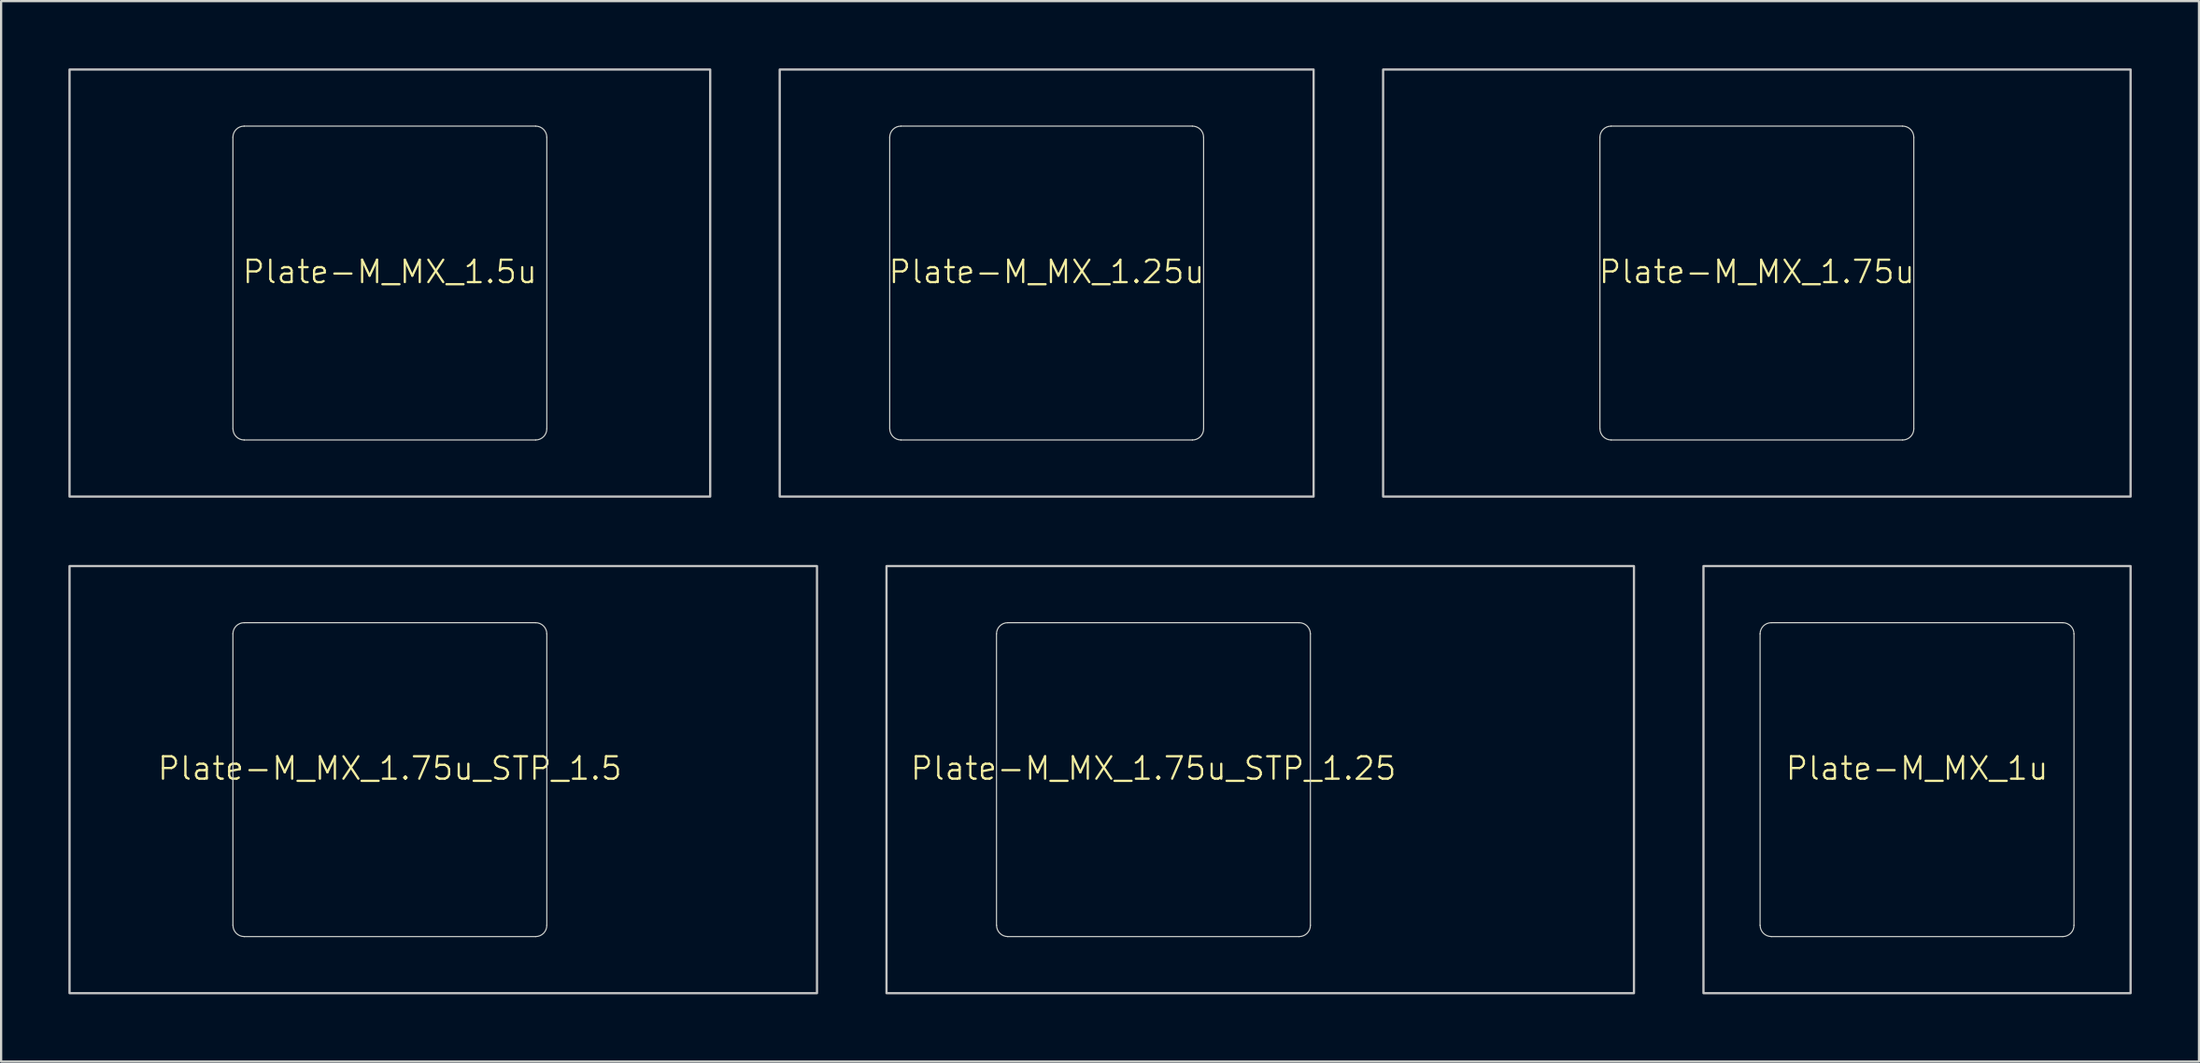
<source format=kicad_pcb>
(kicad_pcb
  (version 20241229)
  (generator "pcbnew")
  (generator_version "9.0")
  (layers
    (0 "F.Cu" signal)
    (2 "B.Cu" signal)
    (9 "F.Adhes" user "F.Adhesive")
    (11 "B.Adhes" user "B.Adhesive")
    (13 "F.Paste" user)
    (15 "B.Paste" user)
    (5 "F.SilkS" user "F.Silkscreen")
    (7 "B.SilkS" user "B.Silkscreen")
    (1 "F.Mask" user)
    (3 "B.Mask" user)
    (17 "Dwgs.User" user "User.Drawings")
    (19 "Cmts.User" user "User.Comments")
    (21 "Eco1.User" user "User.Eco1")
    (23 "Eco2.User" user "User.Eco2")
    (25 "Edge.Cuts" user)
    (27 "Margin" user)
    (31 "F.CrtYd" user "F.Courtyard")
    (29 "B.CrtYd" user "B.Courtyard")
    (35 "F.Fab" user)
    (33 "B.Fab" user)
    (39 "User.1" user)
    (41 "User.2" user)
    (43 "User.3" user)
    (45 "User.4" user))
  (footprint "Plate-M_MX_1.5u"
    (layer "F.Cu")
    (at 14.338 9.575)
    (property "Reference" "Plate-M_MX_1.5u" (at 0 -0.5 0) (unlocked yes) (layer "F.SilkS") (effects (font (size 1 1) (thickness 0.1))))
    (attr exclude_from_pos_files exclude_from_bom allow_missing_courtyard)
    (fp_line (start -7 -6.5) (end -7 6.5) (stroke (width 1.1) (type solid)) (layer "F.Mask"))
    (fp_line (start -6.5 7) (end 6.5 7) (stroke (width 1.1) (type solid)) (layer "F.Mask"))
    (fp_line (start 6.5 -7) (end -6.5 -7) (stroke (width 1.1) (type solid)) (layer "F.Mask"))
    (fp_line (start 7 6.5) (end 7 -6.5) (stroke (width 1.1) (type solid)) (layer "F.Mask"))
    (fp_arc (start -7 -6.5) (mid -6.853554 -6.853554) (end -6.5 -7) (stroke (width 1.1) (type solid)) (layer "F.Mask"))
    (fp_arc (start -6.497236 6.998884) (mid -6.85079 6.852438) (end -6.997236 6.498884) (stroke (width 1.1) (type solid)) (layer "F.Mask"))
    (fp_arc (start 6.5 -7) (mid 6.853554 -6.853554) (end 7 -6.5) (stroke (width 1.1) (type solid)) (layer "F.Mask"))
    (fp_arc (start 7 6.5) (mid 6.853554 6.853554) (end 6.5 7) (stroke (width 1.1) (type solid)) (layer "F.Mask"))
    (fp_line (start -7 6.5) (end -7 -6.5) (stroke (width 1.1) (type solid)) (layer "B.Mask"))
    (fp_line (start -6.5 -7) (end 6.5 -7) (stroke (width 1.1) (type solid)) (layer "B.Mask"))
    (fp_line (start 6.5 7) (end -6.5 7) (stroke (width 1.1) (type solid)) (layer "B.Mask"))
    (fp_line (start 7 -6.5) (end 7 6.5) (stroke (width 1.1) (type solid)) (layer "B.Mask"))
    (fp_arc (start -7 -6.5) (mid -6.853553 -6.853553) (end -6.5 -7) (stroke (width 1.1) (type solid)) (layer "B.Mask"))
    (fp_arc (start -6.5 7) (mid -6.853553 6.853553) (end -7 6.5) (stroke (width 1.1) (type solid)) (layer "B.Mask"))
    (fp_arc (start 6.5 -7) (mid 6.853554 -6.853554) (end 7 -6.5) (stroke (width 1.1) (type solid)) (layer "B.Mask"))
    (fp_arc (start 6.997236 6.498884) (mid 6.85079 6.852438) (end 6.497236 6.998884) (stroke (width 1.1) (type solid)) (layer "B.Mask"))
    (fp_rect (start -14.287 -9.525) (end 14.287 9.525) (stroke (width 0.1) (type solid)) (fill no) (layer "Dwgs.User"))
    (fp_line (start -7 -6.5) (end -7 6.5) (stroke (width 0.05) (type solid)) (layer "Edge.Cuts"))
    (fp_line (start -6.5 7) (end 6.5 7) (stroke (width 0.05) (type solid)) (layer "Edge.Cuts"))
    (fp_line (start 6.5 -7) (end -6.5 -7) (stroke (width 0.05) (type solid)) (layer "Edge.Cuts"))
    (fp_line (start 7 6.5) (end 7 -6.5) (stroke (width 0.05) (type solid)) (layer "Edge.Cuts"))
    (fp_arc (start -7 -6.5) (mid -6.853553 -6.853553) (end -6.5 -7) (stroke (width 0.05) (type solid)) (layer "Edge.Cuts"))
    (fp_arc (start -6.497236 6.998884) (mid -6.850789 6.852437) (end -6.997236 6.498884) (stroke (width 0.05) (type solid)) (layer "Edge.Cuts"))
    (fp_arc (start 6.5 -7) (mid 6.853554 -6.853554) (end 7 -6.5) (stroke (width 0.05) (type solid)) (layer "Edge.Cuts"))
    (fp_arc (start 7 6.5) (mid 6.853554 6.853554) (end 6.5 7) (stroke (width 0.05) (type solid)) (layer "Edge.Cuts")))
  (footprint "Plate-M_MX_1u"
    (layer "F.Cu")
    (at 82.45 31.725)
    (property "Reference" "Plate-M_MX_1u" (at 0 -0.5 0) (unlocked yes) (layer "F.SilkS") (effects (font (size 1 1) (thickness 0.1))))
    (attr exclude_from_pos_files exclude_from_bom allow_missing_courtyard)
    (fp_line (start -7 -6.5) (end -7 6.5) (stroke (width 1.1) (type solid)) (layer "F.Mask"))
    (fp_line (start -6.5 7) (end 6.5 7) (stroke (width 1.1) (type solid)) (layer "F.Mask"))
    (fp_line (start 6.5 -7) (end -6.5 -7) (stroke (width 1.1) (type solid)) (layer "F.Mask"))
    (fp_line (start 7 6.5) (end 7 -6.5) (stroke (width 1.1) (type solid)) (layer "F.Mask"))
    (fp_arc (start -7 -6.5) (mid -6.853554 -6.853554) (end -6.5 -7) (stroke (width 1.1) (type solid)) (layer "F.Mask"))
    (fp_arc (start -6.497236 6.998884) (mid -6.85079 6.852438) (end -6.997236 6.498884) (stroke (width 1.1) (type solid)) (layer "F.Mask"))
    (fp_arc (start 6.5 -7) (mid 6.853554 -6.853554) (end 7 -6.5) (stroke (width 1.1) (type solid)) (layer "F.Mask"))
    (fp_arc (start 7 6.5) (mid 6.853554 6.853554) (end 6.5 7) (stroke (width 1.1) (type solid)) (layer "F.Mask"))
    (fp_line (start -7 6.5) (end -7 -6.5) (stroke (width 1.1) (type solid)) (layer "B.Mask"))
    (fp_line (start -6.5 -7) (end 6.5 -7) (stroke (width 1.1) (type solid)) (layer "B.Mask"))
    (fp_line (start 6.5 7) (end -6.5 7) (stroke (width 1.1) (type solid)) (layer "B.Mask"))
    (fp_line (start 7 -6.5) (end 7 6.5) (stroke (width 1.1) (type solid)) (layer "B.Mask"))
    (fp_arc (start -7 -6.5) (mid -6.853553 -6.853553) (end -6.5 -7) (stroke (width 1.1) (type solid)) (layer "B.Mask"))
    (fp_arc (start -6.5 7) (mid -6.853553 6.853553) (end -7 6.5) (stroke (width 1.1) (type solid)) (layer "B.Mask"))
    (fp_arc (start 6.5 -7) (mid 6.853554 -6.853554) (end 7 -6.5) (stroke (width 1.1) (type solid)) (layer "B.Mask"))
    (fp_arc (start 6.997236 6.498884) (mid 6.85079 6.852438) (end 6.497236 6.998884) (stroke (width 1.1) (type solid)) (layer "B.Mask"))
    (fp_rect (start -9.525 -9.525) (end 9.525 9.525) (stroke (width 0.1) (type solid)) (fill no) (layer "Dwgs.User"))
    (fp_line (start -7 -6.5) (end -7 6.5) (stroke (width 0.05) (type solid)) (layer "Edge.Cuts"))
    (fp_line (start -6.5 7) (end 6.5 7) (stroke (width 0.05) (type solid)) (layer "Edge.Cuts"))
    (fp_line (start 6.5 -7) (end -6.5 -7) (stroke (width 0.05) (type solid)) (layer "Edge.Cuts"))
    (fp_line (start 7 6.5) (end 7 -6.5) (stroke (width 0.05) (type solid)) (layer "Edge.Cuts"))
    (fp_arc (start -7 -6.5) (mid -6.853553 -6.853553) (end -6.5 -7) (stroke (width 0.05) (type solid)) (layer "Edge.Cuts"))
    (fp_arc (start -6.497236 6.998884) (mid -6.850789 6.852437) (end -6.997236 6.498884) (stroke (width 0.05) (type solid)) (layer "Edge.Cuts"))
    (fp_arc (start 6.5 -7) (mid 6.853554 -6.853554) (end 7 -6.5) (stroke (width 0.05) (type solid)) (layer "Edge.Cuts"))
    (fp_arc (start 7 6.5) (mid 6.853554 6.853554) (end 6.5 7) (stroke (width 0.05) (type solid)) (layer "Edge.Cuts")))
  (footprint "Plate-M_MX_1.75u_STP_1.25"
    (layer "F.Cu")
    (at 48.394 31.725)
    (property "Reference" "Plate-M_MX_1.75u_STP_1.25" (at 0 -0.5 0) (unlocked yes) (layer "F.SilkS") (effects (font (size 1 1) (thickness 0.1))))
    (attr exclude_from_pos_files exclude_from_bom allow_missing_courtyard)
    (fp_line (start -7 -6.5) (end -7 6.5) (stroke (width 1.1) (type solid)) (layer "F.Mask"))
    (fp_line (start -6.5 7) (end 6.5 7) (stroke (width 1.1) (type solid)) (layer "F.Mask"))
    (fp_line (start 6.5 -7) (end -6.5 -7) (stroke (width 1.1) (type solid)) (layer "F.Mask"))
    (fp_line (start 7 6.5) (end 7 -6.5) (stroke (width 1.1) (type solid)) (layer "F.Mask"))
    (fp_arc (start -7 -6.5) (mid -6.853554 -6.853554) (end -6.5 -7) (stroke (width 1.1) (type solid)) (layer "F.Mask"))
    (fp_arc (start -6.497236 6.998884) (mid -6.85079 6.852438) (end -6.997236 6.498884) (stroke (width 1.1) (type solid)) (layer "F.Mask"))
    (fp_arc (start 6.5 -7) (mid 6.853554 -6.853554) (end 7 -6.5) (stroke (width 1.1) (type solid)) (layer "F.Mask"))
    (fp_arc (start 7 6.5) (mid 6.853554 6.853554) (end 6.5 7) (stroke (width 1.1) (type solid)) (layer "F.Mask"))
    (fp_line (start -7 6.5) (end -7 -6.5) (stroke (width 1.1) (type solid)) (layer "B.Mask"))
    (fp_line (start -6.5 -7) (end 6.5 -7) (stroke (width 1.1) (type solid)) (layer "B.Mask"))
    (fp_line (start 6.5 7) (end -6.5 7) (stroke (width 1.1) (type solid)) (layer "B.Mask"))
    (fp_line (start 7 -6.5) (end 7 6.5) (stroke (width 1.1) (type solid)) (layer "B.Mask"))
    (fp_arc (start -7 -6.5) (mid -6.853553 -6.853553) (end -6.5 -7) (stroke (width 1.1) (type solid)) (layer "B.Mask"))
    (fp_arc (start -6.5 7) (mid -6.853553 6.853553) (end -7 6.5) (stroke (width 1.1) (type solid)) (layer "B.Mask"))
    (fp_arc (start 6.5 -7) (mid 6.853554 -6.853554) (end 7 -6.5) (stroke (width 1.1) (type solid)) (layer "B.Mask"))
    (fp_arc (start 6.997236 6.498884) (mid 6.85079 6.852438) (end 6.497236 6.998884) (stroke (width 1.1) (type solid)) (layer "B.Mask"))
    (fp_rect (start -11.906 -9.525) (end 21.431 9.525) (stroke (width 0.1) (type solid)) (fill no) (layer "Dwgs.User"))
    (fp_line (start -7 -6.5) (end -7 6.5) (stroke (width 0.05) (type solid)) (layer "Edge.Cuts"))
    (fp_line (start -6.5 7) (end 6.5 7) (stroke (width 0.05) (type solid)) (layer "Edge.Cuts"))
    (fp_line (start 6.5 -7) (end -6.5 -7) (stroke (width 0.05) (type solid)) (layer "Edge.Cuts"))
    (fp_line (start 7 6.5) (end 7 -6.5) (stroke (width 0.05) (type solid)) (layer "Edge.Cuts"))
    (fp_arc (start -7 -6.5) (mid -6.853553 -6.853553) (end -6.5 -7) (stroke (width 0.05) (type solid)) (layer "Edge.Cuts"))
    (fp_arc (start -6.497236 6.998884) (mid -6.850789 6.852437) (end -6.997236 6.498884) (stroke (width 0.05) (type solid)) (layer "Edge.Cuts"))
    (fp_arc (start 6.5 -7) (mid 6.853554 -6.853554) (end 7 -6.5) (stroke (width 0.05) (type solid)) (layer "Edge.Cuts"))
    (fp_arc (start 7 6.5) (mid 6.853554 6.853554) (end 6.5 7) (stroke (width 0.05) (type solid)) (layer "Edge.Cuts")))
  (footprint "Plate-M_MX_1.25u"
    (layer "F.Cu")
    (at 43.631 9.575)
    (property "Reference" "Plate-M_MX_1.25u" (at 0 -0.5 0) (unlocked yes) (layer "F.SilkS") (effects (font (size 1 1) (thickness 0.1))))
    (attr exclude_from_pos_files exclude_from_bom allow_missing_courtyard)
    (fp_line (start -7 -6.5) (end -7 6.5) (stroke (width 1.1) (type solid)) (layer "F.Mask"))
    (fp_line (start -6.5 7) (end 6.5 7) (stroke (width 1.1) (type solid)) (layer "F.Mask"))
    (fp_line (start 6.5 -7) (end -6.5 -7) (stroke (width 1.1) (type solid)) (layer "F.Mask"))
    (fp_line (start 7 6.5) (end 7 -6.5) (stroke (width 1.1) (type solid)) (layer "F.Mask"))
    (fp_arc (start -7 -6.5) (mid -6.853554 -6.853554) (end -6.5 -7) (stroke (width 1.1) (type solid)) (layer "F.Mask"))
    (fp_arc (start -6.497236 6.998884) (mid -6.85079 6.852438) (end -6.997236 6.498884) (stroke (width 1.1) (type solid)) (layer "F.Mask"))
    (fp_arc (start 6.5 -7) (mid 6.853554 -6.853554) (end 7 -6.5) (stroke (width 1.1) (type solid)) (layer "F.Mask"))
    (fp_arc (start 7 6.5) (mid 6.853554 6.853554) (end 6.5 7) (stroke (width 1.1) (type solid)) (layer "F.Mask"))
    (fp_line (start -7 6.5) (end -7 -6.5) (stroke (width 1.1) (type solid)) (layer "B.Mask"))
    (fp_line (start -6.5 -7) (end 6.5 -7) (stroke (width 1.1) (type solid)) (layer "B.Mask"))
    (fp_line (start 6.5 7) (end -6.5 7) (stroke (width 1.1) (type solid)) (layer "B.Mask"))
    (fp_line (start 7 -6.5) (end 7 6.5) (stroke (width 1.1) (type solid)) (layer "B.Mask"))
    (fp_arc (start -7 -6.5) (mid -6.853553 -6.853553) (end -6.5 -7) (stroke (width 1.1) (type solid)) (layer "B.Mask"))
    (fp_arc (start -6.5 7) (mid -6.853553 6.853553) (end -7 6.5) (stroke (width 1.1) (type solid)) (layer "B.Mask"))
    (fp_arc (start 6.5 -7) (mid 6.853554 -6.853554) (end 7 -6.5) (stroke (width 1.1) (type solid)) (layer "B.Mask"))
    (fp_arc (start 6.997236 6.498884) (mid 6.85079 6.852438) (end 6.497236 6.998884) (stroke (width 1.1) (type solid)) (layer "B.Mask"))
    (fp_rect (start -11.906 -9.525) (end 11.906 9.525) (stroke (width 0.1) (type solid)) (fill no) (layer "Dwgs.User"))
    (fp_line (start -7 -6.5) (end -7 6.5) (stroke (width 0.05) (type solid)) (layer "Edge.Cuts"))
    (fp_line (start -6.5 7) (end 6.5 7) (stroke (width 0.05) (type solid)) (layer "Edge.Cuts"))
    (fp_line (start 6.5 -7) (end -6.5 -7) (stroke (width 0.05) (type solid)) (layer "Edge.Cuts"))
    (fp_line (start 7 6.5) (end 7 -6.5) (stroke (width 0.05) (type solid)) (layer "Edge.Cuts"))
    (fp_arc (start -7 -6.5) (mid -6.853553 -6.853553) (end -6.5 -7) (stroke (width 0.05) (type solid)) (layer "Edge.Cuts"))
    (fp_arc (start -6.497236 6.998884) (mid -6.850789 6.852437) (end -6.997236 6.498884) (stroke (width 0.05) (type solid)) (layer "Edge.Cuts"))
    (fp_arc (start 6.5 -7) (mid 6.853554 -6.853554) (end 7 -6.5) (stroke (width 0.05) (type solid)) (layer "Edge.Cuts"))
    (fp_arc (start 7 6.5) (mid 6.853554 6.853554) (end 6.5 7) (stroke (width 0.05) (type solid)) (layer "Edge.Cuts")))
  (footprint "Plate-M_MX_1.75u_STP_1.5"
    (layer "F.Cu")
    (at 14.338 31.725)
    (property "Reference" "Plate-M_MX_1.75u_STP_1.5" (at 0 -0.5 0) (unlocked yes) (layer "F.SilkS") (effects (font (size 1 1) (thickness 0.1))))
    (attr exclude_from_pos_files exclude_from_bom allow_missing_courtyard)
    (fp_line (start -7 -6.5) (end -7 6.5) (stroke (width 1.1) (type solid)) (layer "F.Mask"))
    (fp_line (start -6.5 7) (end 6.5 7) (stroke (width 1.1) (type solid)) (layer "F.Mask"))
    (fp_line (start 6.5 -7) (end -6.5 -7) (stroke (width 1.1) (type solid)) (layer "F.Mask"))
    (fp_line (start 7 6.5) (end 7 -6.5) (stroke (width 1.1) (type solid)) (layer "F.Mask"))
    (fp_arc (start -7 -6.5) (mid -6.853554 -6.853554) (end -6.5 -7) (stroke (width 1.1) (type solid)) (layer "F.Mask"))
    (fp_arc (start -6.497236 6.998884) (mid -6.85079 6.852438) (end -6.997236 6.498884) (stroke (width 1.1) (type solid)) (layer "F.Mask"))
    (fp_arc (start 6.5 -7) (mid 6.853554 -6.853554) (end 7 -6.5) (stroke (width 1.1) (type solid)) (layer "F.Mask"))
    (fp_arc (start 7 6.5) (mid 6.853554 6.853554) (end 6.5 7) (stroke (width 1.1) (type solid)) (layer "F.Mask"))
    (fp_line (start -7 6.5) (end -7 -6.5) (stroke (width 1.1) (type solid)) (layer "B.Mask"))
    (fp_line (start -6.5 -7) (end 6.5 -7) (stroke (width 1.1) (type solid)) (layer "B.Mask"))
    (fp_line (start 6.5 7) (end -6.5 7) (stroke (width 1.1) (type solid)) (layer "B.Mask"))
    (fp_line (start 7 -6.5) (end 7 6.5) (stroke (width 1.1) (type solid)) (layer "B.Mask"))
    (fp_arc (start -7 -6.5) (mid -6.853553 -6.853553) (end -6.5 -7) (stroke (width 1.1) (type solid)) (layer "B.Mask"))
    (fp_arc (start -6.5 7) (mid -6.853553 6.853553) (end -7 6.5) (stroke (width 1.1) (type solid)) (layer "B.Mask"))
    (fp_arc (start 6.5 -7) (mid 6.853554 -6.853554) (end 7 -6.5) (stroke (width 1.1) (type solid)) (layer "B.Mask"))
    (fp_arc (start 6.997236 6.498884) (mid 6.85079 6.852438) (end 6.497236 6.998884) (stroke (width 1.1) (type solid)) (layer "B.Mask"))
    (fp_rect (start -14.287 -9.525) (end 19.05 9.525) (stroke (width 0.1) (type solid)) (fill no) (layer "Dwgs.User"))
    (fp_line (start -7 -6.5) (end -7 6.5) (stroke (width 0.05) (type solid)) (layer "Edge.Cuts"))
    (fp_line (start -6.5 7) (end 6.5 7) (stroke (width 0.05) (type solid)) (layer "Edge.Cuts"))
    (fp_line (start 6.5 -7) (end -6.5 -7) (stroke (width 0.05) (type solid)) (layer "Edge.Cuts"))
    (fp_line (start 7 6.5) (end 7 -6.5) (stroke (width 0.05) (type solid)) (layer "Edge.Cuts"))
    (fp_arc (start -7 -6.5) (mid -6.853553 -6.853553) (end -6.5 -7) (stroke (width 0.05) (type solid)) (layer "Edge.Cuts"))
    (fp_arc (start -6.497236 6.998884) (mid -6.850789 6.852437) (end -6.997236 6.498884) (stroke (width 0.05) (type solid)) (layer "Edge.Cuts"))
    (fp_arc (start 6.5 -7) (mid 6.853554 -6.853554) (end 7 -6.5) (stroke (width 0.05) (type solid)) (layer "Edge.Cuts"))
    (fp_arc (start 7 6.5) (mid 6.853554 6.853554) (end 6.5 7) (stroke (width 0.05) (type solid)) (layer "Edge.Cuts")))
  (footprint "Plate-M_MX_1.75u"
    (layer "F.Cu")
    (at 75.306 9.575)
    (property "Reference" "Plate-M_MX_1.75u" (at 0 -0.5 0) (unlocked yes) (layer "F.SilkS") (effects (font (size 1 1) (thickness 0.1))))
    (attr exclude_from_pos_files exclude_from_bom allow_missing_courtyard)
    (fp_line (start -7 -6.5) (end -7 6.5) (stroke (width 1.1) (type solid)) (layer "F.Mask"))
    (fp_line (start -6.5 7) (end 6.5 7) (stroke (width 1.1) (type solid)) (layer "F.Mask"))
    (fp_line (start 6.5 -7) (end -6.5 -7) (stroke (width 1.1) (type solid)) (layer "F.Mask"))
    (fp_line (start 7 6.5) (end 7 -6.5) (stroke (width 1.1) (type solid)) (layer "F.Mask"))
    (fp_arc (start -7 -6.5) (mid -6.853554 -6.853554) (end -6.5 -7) (stroke (width 1.1) (type solid)) (layer "F.Mask"))
    (fp_arc (start -6.497236 6.998884) (mid -6.85079 6.852438) (end -6.997236 6.498884) (stroke (width 1.1) (type solid)) (layer "F.Mask"))
    (fp_arc (start 6.5 -7) (mid 6.853554 -6.853554) (end 7 -6.5) (stroke (width 1.1) (type solid)) (layer "F.Mask"))
    (fp_arc (start 7 6.5) (mid 6.853554 6.853554) (end 6.5 7) (stroke (width 1.1) (type solid)) (layer "F.Mask"))
    (fp_line (start -7 6.5) (end -7 -6.5) (stroke (width 1.1) (type solid)) (layer "B.Mask"))
    (fp_line (start -6.5 -7) (end 6.5 -7) (stroke (width 1.1) (type solid)) (layer "B.Mask"))
    (fp_line (start 6.5 7) (end -6.5 7) (stroke (width 1.1) (type solid)) (layer "B.Mask"))
    (fp_line (start 7 -6.5) (end 7 6.5) (stroke (width 1.1) (type solid)) (layer "B.Mask"))
    (fp_arc (start -7 -6.5) (mid -6.853553 -6.853553) (end -6.5 -7) (stroke (width 1.1) (type solid)) (layer "B.Mask"))
    (fp_arc (start -6.5 7) (mid -6.853553 6.853553) (end -7 6.5) (stroke (width 1.1) (type solid)) (layer "B.Mask"))
    (fp_arc (start 6.5 -7) (mid 6.853554 -6.853554) (end 7 -6.5) (stroke (width 1.1) (type solid)) (layer "B.Mask"))
    (fp_arc (start 6.997236 6.498884) (mid 6.85079 6.852438) (end 6.497236 6.998884) (stroke (width 1.1) (type solid)) (layer "B.Mask"))
    (fp_rect (start -16.669 -9.525) (end 16.669 9.525) (stroke (width 0.1) (type solid)) (fill no) (layer "Dwgs.User"))
    (fp_line (start -7 -6.5) (end -7 6.5) (stroke (width 0.05) (type solid)) (layer "Edge.Cuts"))
    (fp_line (start -6.5 7) (end 6.5 7) (stroke (width 0.05) (type solid)) (layer "Edge.Cuts"))
    (fp_line (start 6.5 -7) (end -6.5 -7) (stroke (width 0.05) (type solid)) (layer "Edge.Cuts"))
    (fp_line (start 7 6.5) (end 7 -6.5) (stroke (width 0.05) (type solid)) (layer "Edge.Cuts"))
    (fp_arc (start -7 -6.5) (mid -6.853553 -6.853553) (end -6.5 -7) (stroke (width 0.05) (type solid)) (layer "Edge.Cuts"))
    (fp_arc (start -6.497236 6.998884) (mid -6.850789 6.852437) (end -6.997236 6.498884) (stroke (width 0.05) (type solid)) (layer "Edge.Cuts"))
    (fp_arc (start 6.5 -7) (mid 6.853554 -6.853554) (end 7 -6.5) (stroke (width 0.05) (type solid)) (layer "Edge.Cuts"))
    (fp_arc (start 7 6.5) (mid 6.853554 6.853554) (end 6.5 7) (stroke (width 0.05) (type solid)) (layer "Edge.Cuts")))
  (gr_rect
    (start -3 -3)
    (end 95.025 44.3)
    (stroke (width 0.1) (type default))
    (fill no)
    (layer "Edge.Cuts")))
</source>
